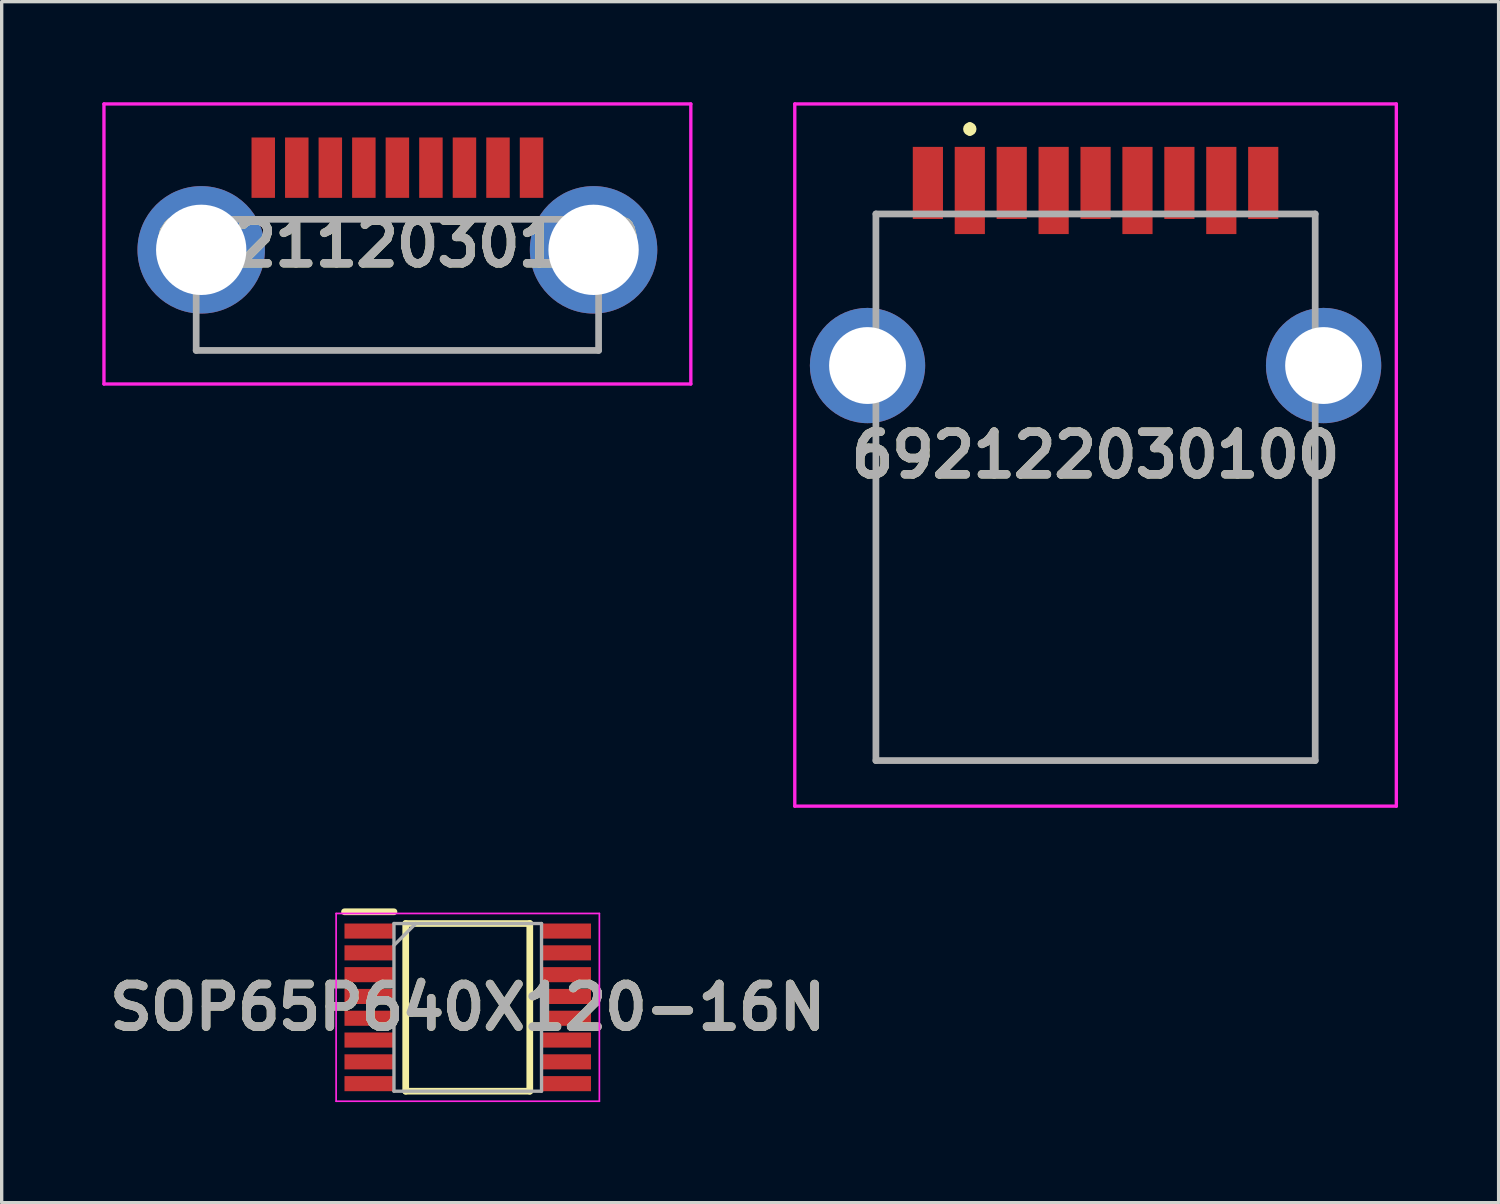
<source format=kicad_pcb>
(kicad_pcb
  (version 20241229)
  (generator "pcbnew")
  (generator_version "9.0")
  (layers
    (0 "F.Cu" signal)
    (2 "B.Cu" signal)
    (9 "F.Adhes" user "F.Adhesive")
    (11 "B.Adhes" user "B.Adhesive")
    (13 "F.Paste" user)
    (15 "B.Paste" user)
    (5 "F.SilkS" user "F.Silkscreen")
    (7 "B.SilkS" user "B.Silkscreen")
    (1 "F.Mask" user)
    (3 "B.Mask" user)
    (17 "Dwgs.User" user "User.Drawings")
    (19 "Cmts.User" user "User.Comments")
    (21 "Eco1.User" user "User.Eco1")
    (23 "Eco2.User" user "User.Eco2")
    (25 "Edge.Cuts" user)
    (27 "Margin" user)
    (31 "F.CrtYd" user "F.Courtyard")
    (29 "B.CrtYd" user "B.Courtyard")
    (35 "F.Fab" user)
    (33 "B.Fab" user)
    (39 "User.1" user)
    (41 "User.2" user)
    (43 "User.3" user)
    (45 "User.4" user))
  (footprint "SOP65P640X120-16N"
    (layer "F.Cu")
    (at 10.898 26.989)
    (property "Reference" "SOP65P640X120-16N" (at 0 0 0) (layer "F.SilkS") (effects (font (size 1.27 1.27) (thickness 0.254))))
    (attr smd)
    (fp_line (start -3.675 -2.85) (end -2.2 -2.85) (stroke (width 0.2) (type solid)) (layer "F.SilkS"))
    (fp_line (start -1.85 -2.5) (end 1.85 -2.5) (stroke (width 0.2) (type solid)) (layer "F.SilkS"))
    (fp_line (start -1.85 2.5) (end -1.85 -2.5) (stroke (width 0.2) (type solid)) (layer "F.SilkS"))
    (fp_line (start 1.85 -2.5) (end 1.85 2.5) (stroke (width 0.2) (type solid)) (layer "F.SilkS"))
    (fp_line (start 1.85 2.5) (end -1.85 2.5) (stroke (width 0.2) (type solid)) (layer "F.SilkS"))
    (fp_line (start -3.925 -2.8) (end 3.925 -2.8) (stroke (width 0.05) (type solid)) (layer "F.CrtYd"))
    (fp_line (start -3.925 2.8) (end -3.925 -2.8) (stroke (width 0.05) (type solid)) (layer "F.CrtYd"))
    (fp_line (start 3.925 -2.8) (end 3.925 2.8) (stroke (width 0.05) (type solid)) (layer "F.CrtYd"))
    (fp_line (start 3.925 2.8) (end -3.925 2.8) (stroke (width 0.05) (type solid)) (layer "F.CrtYd"))
    (fp_line (start -2.2 -2.5) (end 2.2 -2.5) (stroke (width 0.1) (type solid)) (layer "F.Fab"))
    (fp_line (start -2.2 -1.85) (end -1.55 -2.5) (stroke (width 0.1) (type solid)) (layer "F.Fab"))
    (fp_line (start -2.2 2.5) (end -2.2 -2.5) (stroke (width 0.1) (type solid)) (layer "F.Fab"))
    (fp_line (start 2.2 -2.5) (end 2.2 2.5) (stroke (width 0.1) (type solid)) (layer "F.Fab"))
    (fp_line (start 2.2 2.5) (end -2.2 2.5) (stroke (width 0.1) (type solid)) (layer "F.Fab"))
    (fp_text user "${REFERENCE}" (at 0 0 0) (layer "F.Fab") (effects (font (size 1.27 1.27) (thickness 0.254))))
    (pad "1" smd rect (at -2.938 -2.275 90) (size 0.45 1.475) (layers "F.Cu" "F.Mask" "F.Paste"))
    (pad "2" smd rect (at -2.938 -1.625 90) (size 0.45 1.475) (layers "F.Cu" "F.Mask" "F.Paste"))
    (pad "3" smd rect (at -2.938 -0.975 90) (size 0.45 1.475) (layers "F.Cu" "F.Mask" "F.Paste"))
    (pad "4" smd rect (at -2.938 -0.325 90) (size 0.45 1.475) (layers "F.Cu" "F.Mask" "F.Paste"))
    (pad "5" smd rect (at -2.938 0.325 90) (size 0.45 1.475) (layers "F.Cu" "F.Mask" "F.Paste"))
    (pad "6" smd rect (at -2.938 0.975 90) (size 0.45 1.475) (layers "F.Cu" "F.Mask" "F.Paste"))
    (pad "7" smd rect (at -2.938 1.625 90) (size 0.45 1.475) (layers "F.Cu" "F.Mask" "F.Paste"))
    (pad "8" smd rect (at -2.938 2.275 90) (size 0.45 1.475) (layers "F.Cu" "F.Mask" "F.Paste"))
    (pad "9" smd rect (at 2.938 2.275 90) (size 0.45 1.475) (layers "F.Cu" "F.Mask" "F.Paste"))
    (pad "10" smd rect (at 2.938 1.625 90) (size 0.45 1.475) (layers "F.Cu" "F.Mask" "F.Paste"))
    (pad "11" smd rect (at 2.938 0.975 90) (size 0.45 1.475) (layers "F.Cu" "F.Mask" "F.Paste"))
    (pad "12" smd rect (at 2.938 0.325 90) (size 0.45 1.475) (layers "F.Cu" "F.Mask" "F.Paste"))
    (pad "13" smd rect (at 2.938 -0.325 90) (size 0.45 1.475) (layers "F.Cu" "F.Mask" "F.Paste"))
    (pad "14" smd rect (at 2.938 -0.975 90) (size 0.45 1.475) (layers "F.Cu" "F.Mask" "F.Paste"))
    (pad "15" smd rect (at 2.938 -1.625 90) (size 0.45 1.475) (layers "F.Cu" "F.Mask" "F.Paste"))
    (pad "16" smd rect (at 2.938 -2.275 90) (size 0.45 1.475) (layers "F.Cu" "F.Mask" "F.Paste")))
  (footprint "692112030100"
    (layer "F.Cu")
    (at 8.8 4.225)
    (property "Reference" "692112030100" (at 0 0 0) (layer "F.SilkS") (effects (font (size 1.27 1.27) (thickness 0.254))))
    (attr smd)
    (fp_line (start -6 2.715) (end -6 3.175) (stroke (width 0.1) (type solid)) (layer "F.SilkS"))
    (fp_line (start -6 3.175) (end 6 3.175) (stroke (width 0.1) (type solid)) (layer "F.SilkS"))
    (fp_line (start -3 -0.735) (end 3 -0.735) (stroke (width 0.1) (type solid)) (layer "F.SilkS"))
    (fp_line (start 6 3.175) (end 6 2.715) (stroke (width 0.1) (type solid)) (layer "F.SilkS"))
    (fp_line (start -8.75 -4.175) (end 8.75 -4.175) (stroke (width 0.1) (type solid)) (layer "F.CrtYd"))
    (fp_line (start -8.75 4.175) (end -8.75 -4.175) (stroke (width 0.1) (type solid)) (layer "F.CrtYd"))
    (fp_line (start 8.75 -4.175) (end 8.75 4.175) (stroke (width 0.1) (type solid)) (layer "F.CrtYd"))
    (fp_line (start 8.75 4.175) (end -8.75 4.175) (stroke (width 0.1) (type solid)) (layer "F.CrtYd"))
    (fp_line (start -6 -0.735) (end 6 -0.735) (stroke (width 0.2) (type solid)) (layer "F.Fab"))
    (fp_line (start -6 3.175) (end -6 -0.735) (stroke (width 0.2) (type solid)) (layer "F.Fab"))
    (fp_line (start 6 -0.735) (end 6 3.175) (stroke (width 0.2) (type solid)) (layer "F.Fab"))
    (fp_line (start 6 3.175) (end -6 3.175) (stroke (width 0.2) (type solid)) (layer "F.Fab"))
    (fp_text user "${REFERENCE}" (at 0 0 0) (layer "F.Fab") (effects (font (size 1.27 1.27) (thickness 0.254))))
    (pad "" np_thru_hole circle (at -2.25 0.175) (size 0.001 0.001) (drill 1.1) (layers "*.Cu" "*.Mask"))
    (pad "" np_thru_hole circle (at 2.25 0.175) (size 0.001 0.001) (drill 1.1) (layers "*.Cu" "*.Mask"))
    (pad "1" smd rect (at 3 -2.275) (size 0.7 1.8) (layers "F.Cu" "F.Mask" "F.Paste"))
    (pad "2" smd rect (at 1 -2.275) (size 0.7 1.8) (layers "F.Cu" "F.Mask" "F.Paste"))
    (pad "3" smd rect (at -1 -2.275) (size 0.7 1.8) (layers "F.Cu" "F.Mask" "F.Paste"))
    (pad "4" smd rect (at -3 -2.275) (size 0.7 1.8) (layers "F.Cu" "F.Mask" "F.Paste"))
    (pad "5" smd rect (at -4 -2.275) (size 0.7 1.8) (layers "F.Cu" "F.Mask" "F.Paste"))
    (pad "6" smd rect (at -2 -2.275) (size 0.7 1.8) (layers "F.Cu" "F.Mask" "F.Paste"))
    (pad "7" smd rect (at 0 -2.275) (size 0.7 1.8) (layers "F.Cu" "F.Mask" "F.Paste"))
    (pad "8" smd rect (at 2 -2.275) (size 0.7 1.8) (layers "F.Cu" "F.Mask" "F.Paste"))
    (pad "9" smd rect (at 4 -2.275) (size 0.7 1.8) (layers "F.Cu" "F.Mask" "F.Paste"))
    (pad "10" thru_hole circle (at -5.85 0.175) (size 3.8 3.8) (drill 2.693) (layers "*.Cu" "*.Mask"))
    (pad "11" thru_hole circle (at 5.85 0.175) (size 3.8 3.8) (drill 2.693) (layers "*.Cu" "*.Mask")))
  (footprint "692122030100"
    (layer "F.Cu")
    (at 29.619 7.85)
    (property "Reference" "692122030100" (at 0 2.669 0) (layer "F.SilkS") (effects (font (size 1.27 1.27) (thickness 0.254))))
    (attr smd)
    (fp_line (start -6.55 -4.52) (end -6.55 -2.52) (stroke (width 0.1) (type solid)) (layer "F.SilkS"))
    (fp_line (start -6.55 2.479) (end -6.55 11.78) (stroke (width 0.1) (type solid)) (layer "F.SilkS"))
    (fp_line (start -6.55 11.78) (end 6.55 11.78) (stroke (width 0.1) (type solid)) (layer "F.SilkS"))
    (fp_line (start -3.75 -7.153) (end -3.75 -7.153) (stroke (width 0.2) (type solid)) (layer "F.SilkS"))
    (fp_line (start -3.75 -6.953) (end -3.75 -6.953) (stroke (width 0.2) (type solid)) (layer "F.SilkS"))
    (fp_line (start 6.55 -4.52) (end 6.55 -2.52) (stroke (width 0.1) (type solid)) (layer "F.SilkS"))
    (fp_line (start 6.55 11.78) (end 6.55 2.479) (stroke (width 0.1) (type solid)) (layer "F.SilkS"))
    (fp_arc (start -3.75 -7.153) (mid -3.65 -7.053) (end -3.75 -6.953) (stroke (width 0.2) (type solid)) (layer "F.SilkS"))
    (fp_arc (start -3.75 -6.953) (mid -3.85 -7.053) (end -3.75 -7.153) (stroke (width 0.2) (type solid)) (layer "F.SilkS"))
    (fp_line (start -8.969 -7.8) (end 8.969 -7.8) (stroke (width 0.1) (type solid)) (layer "F.CrtYd"))
    (fp_line (start -8.969 13.139) (end -8.969 -7.8) (stroke (width 0.1) (type solid)) (layer "F.CrtYd"))
    (fp_line (start 8.969 -7.8) (end 8.969 13.139) (stroke (width 0.1) (type solid)) (layer "F.CrtYd"))
    (fp_line (start 8.969 13.139) (end -8.969 13.139) (stroke (width 0.1) (type solid)) (layer "F.CrtYd"))
    (fp_line (start -6.55 -4.52) (end 6.55 -4.52) (stroke (width 0.2) (type solid)) (layer "F.Fab"))
    (fp_line (start -6.55 11.78) (end -6.55 -4.52) (stroke (width 0.2) (type solid)) (layer "F.Fab"))
    (fp_line (start 6.55 -4.52) (end 6.55 11.78) (stroke (width 0.2) (type solid)) (layer "F.Fab"))
    (fp_line (start 6.55 11.78) (end -6.55 11.78) (stroke (width 0.2) (type solid)) (layer "F.Fab"))
    (fp_text user "${REFERENCE}" (at 0 2.669 0) (layer "F.Fab") (effects (font (size 1.27 1.27) (thickness 0.254))))
    (pad "" np_thru_hole circle (at -3.4 0) (size 0.001 0.001) (drill 2) (layers "*.Cu" "*.Mask"))
    (pad "" np_thru_hole circle (at 3.4 0) (size 0.001 0.001) (drill 2) (layers "*.Cu" "*.Mask"))
    (pad "1" smd rect (at -3.75 -5.22) (size 0.9 2.6) (layers "F.Cu" "F.Mask" "F.Paste"))
    (pad "2" smd rect (at -1.25 -5.22) (size 0.9 2.6) (layers "F.Cu" "F.Mask" "F.Paste"))
    (pad "3" smd rect (at 1.25 -5.22) (size 0.9 2.6) (layers "F.Cu" "F.Mask" "F.Paste"))
    (pad "4" smd rect (at 3.75 -5.22) (size 0.9 2.6) (layers "F.Cu" "F.Mask" "F.Paste"))
    (pad "5" smd rect (at 5 -5.445) (size 0.9 2.15) (layers "F.Cu" "F.Mask" "F.Paste"))
    (pad "6" smd rect (at 2.5 -5.445) (size 0.9 2.15) (layers "F.Cu" "F.Mask" "F.Paste"))
    (pad "7" smd rect (at 0 -5.445) (size 0.9 2.15) (layers "F.Cu" "F.Mask" "F.Paste"))
    (pad "8" smd rect (at -2.5 -5.445) (size 0.9 2.15) (layers "F.Cu" "F.Mask" "F.Paste"))
    (pad "9" smd rect (at -5 -5.445) (size 0.9 2.15) (layers "F.Cu" "F.Mask" "F.Paste"))
    (pad "MH1" thru_hole circle (at -6.8 0) (size 3.438 3.438) (drill 2.292) (layers "*.Cu" "*.Mask"))
    (pad "MH2" thru_hole circle (at 6.8 0) (size 3.438 3.438) (drill 2.292) (layers "*.Cu" "*.Mask")))
  (gr_rect
    (start -3 -3)
    (end 41.638 32.814)
    (stroke (width 0.1) (type default))
    (fill no)
    (layer "Edge.Cuts")))
</source>
